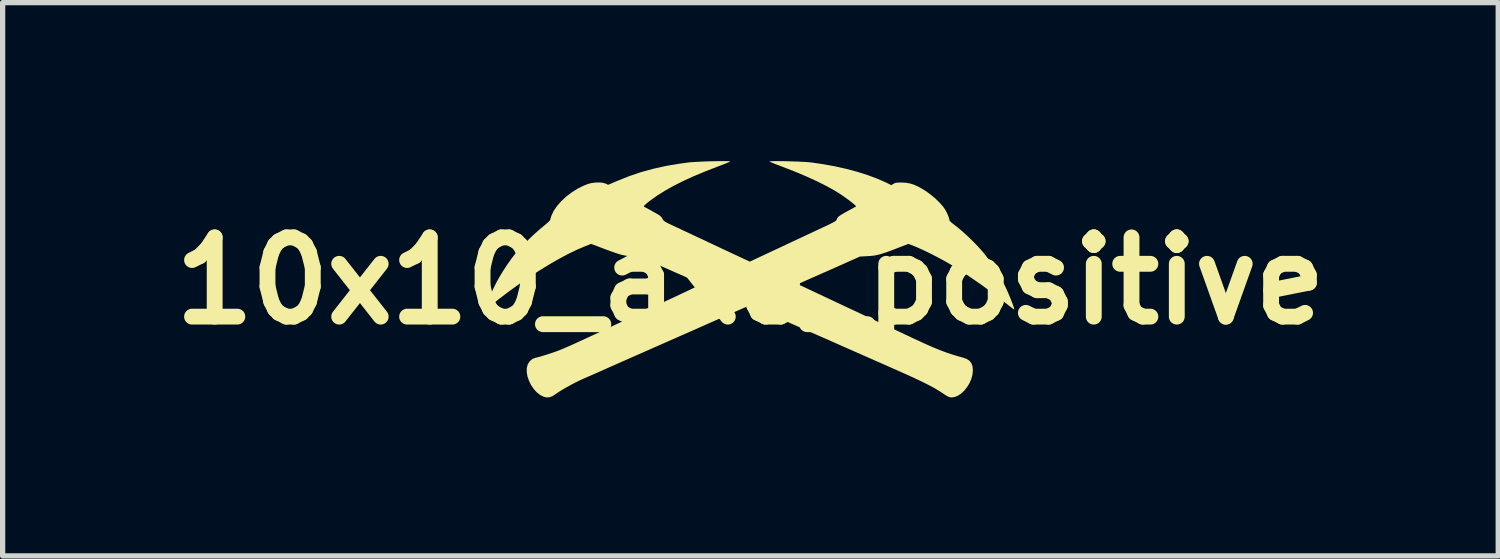
<source format=kicad_pcb>
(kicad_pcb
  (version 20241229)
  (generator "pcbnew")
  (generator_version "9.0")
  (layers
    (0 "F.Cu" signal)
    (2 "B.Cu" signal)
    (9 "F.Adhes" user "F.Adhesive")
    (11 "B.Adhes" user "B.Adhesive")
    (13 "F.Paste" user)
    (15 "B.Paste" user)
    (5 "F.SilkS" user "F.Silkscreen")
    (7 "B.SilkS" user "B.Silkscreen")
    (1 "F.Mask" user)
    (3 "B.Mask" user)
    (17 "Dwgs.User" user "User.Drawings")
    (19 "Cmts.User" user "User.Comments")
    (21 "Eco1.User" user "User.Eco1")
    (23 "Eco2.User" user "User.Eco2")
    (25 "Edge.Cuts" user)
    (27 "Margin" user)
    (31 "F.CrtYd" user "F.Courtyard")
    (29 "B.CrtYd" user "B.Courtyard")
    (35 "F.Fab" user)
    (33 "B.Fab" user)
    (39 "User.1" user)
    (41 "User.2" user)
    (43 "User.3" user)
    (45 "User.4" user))
  (footprint "10x10_axe_positive"
    (layer "F.Cu")
    (at 11.157 2.266)
    (property "Reference" "10x10_axe_positive" (at 0 0 0) (layer "F.SilkS") (effects (font (size 1.5 1.5) (thickness 0.3))))
    (attr board_only exclude_from_pos_files exclude_from_bom)
    (fp_poly (pts (xy 0.559 -2.266) (xy 0.634 -2.265) (xy 0.714 -2.263) (xy 0.796 -2.26) (xy 0.878 -2.258) (xy 0.957 -2.254) (xy 1.029 -2.25) (xy 1.092 -2.246) (xy 1.143 -2.241) (xy 1.156 -2.24) (xy 1.381 -2.207) (xy 1.605 -2.166) (xy 1.822 -2.117) (xy 2.031 -2.061) (xy 2.228 -1.998) (xy 2.409 -1.93) (xy 2.573 -1.858) (xy 2.602 -1.843) (xy 2.666 -1.811) (xy 2.708 -1.836) (xy 2.73 -1.848) (xy 2.753 -1.855) (xy 2.784 -1.859) (xy 2.827 -1.86) (xy 2.867 -1.86) (xy 2.947 -1.856) (xy 3.02 -1.843) (xy 3.094 -1.82) (xy 3.174 -1.784) (xy 3.222 -1.758) (xy 3.315 -1.702) (xy 3.407 -1.635) (xy 3.496 -1.562) (xy 3.576 -1.485) (xy 3.642 -1.41) (xy 3.678 -1.361) (xy 3.706 -1.313) (xy 3.731 -1.261) (xy 3.752 -1.21) (xy 3.764 -1.168) (xy 3.767 -1.147) (xy 3.776 -1.131) (xy 3.799 -1.108) (xy 3.833 -1.08) (xy 3.836 -1.078) (xy 3.923 -1.011) (xy 4.018 -0.93) (xy 4.117 -0.84) (xy 4.215 -0.745) (xy 4.307 -0.65) (xy 4.388 -0.559) (xy 4.429 -0.511) (xy 4.567 -0.327) (xy 4.689 -0.14) (xy 4.798 0.057) (xy 4.828 0.117) (xy 4.853 0.171) (xy 4.88 0.231) (xy 4.906 0.293) (xy 4.932 0.356) (xy 4.954 0.414) (xy 4.973 0.465) (xy 4.986 0.506) (xy 4.994 0.534) (xy 4.993 0.544) (xy 4.993 0.544) (xy 4.983 0.538) (xy 4.958 0.52) (xy 4.922 0.492) (xy 4.877 0.457) (xy 4.835 0.424) (xy 4.612 0.251) (xy 4.387 0.086) (xy 4.165 -0.068) (xy 3.95 -0.21) (xy 3.794 -0.306) (xy 3.717 -0.351) (xy 3.627 -0.401) (xy 3.531 -0.452) (xy 3.432 -0.503) (xy 3.335 -0.551) (xy 3.244 -0.594) (xy 3.164 -0.63) (xy 3.109 -0.653) (xy 2.991 -0.699) (xy 2.806 -0.628) (xy 2.7 -0.587) (xy 2.612 -0.554) (xy 2.537 -0.528) (xy 2.474 -0.508) (xy 2.419 -0.493) (xy 2.368 -0.482) (xy 2.319 -0.475) (xy 2.268 -0.47) (xy 2.222 -0.467) (xy 2.072 -0.459) (xy 1.806 -0.34) (xy 1.721 -0.302) (xy 1.622 -0.258) (xy 1.516 -0.211) (xy 1.407 -0.163) (xy 1.303 -0.117) (xy 1.222 -0.081) (xy 1.144 -0.047) (xy 1.073 -0.015) (xy 1.011 0.012) (xy 0.96 0.035) (xy 0.924 0.051) (xy 0.904 0.06) (xy 0.902 0.062) (xy 0.909 0.068) (xy 0.931 0.08) (xy 0.957 0.092) (xy 0.981 0.103) (xy 1.022 0.122) (xy 1.078 0.149) (xy 1.145 0.18) (xy 1.223 0.217) (xy 1.307 0.256) (xy 1.395 0.298) (xy 1.4 0.3) (xy 1.489 0.342) (xy 1.575 0.382) (xy 1.661 0.423) (xy 1.748 0.464) (xy 1.84 0.507) (xy 1.938 0.553) (xy 2.046 0.603) (xy 2.164 0.659) (xy 2.296 0.721) (xy 2.444 0.79) (xy 2.567 0.847) (xy 2.618 0.871) (xy 2.672 0.896) (xy 2.718 0.918) (xy 2.728 0.922) (xy 2.754 0.935) (xy 2.798 0.955) (xy 2.856 0.982) (xy 2.924 1.015) (xy 3 1.05) (xy 3.081 1.089) (xy 3.117 1.105) (xy 3.287 1.184) (xy 3.441 1.252) (xy 3.582 1.31) (xy 3.712 1.359) (xy 3.835 1.4) (xy 3.952 1.435) (xy 4.011 1.45) (xy 4.087 1.476) (xy 4.143 1.511) (xy 4.182 1.558) (xy 4.204 1.619) (xy 4.211 1.694) (xy 4.211 1.697) (xy 4.203 1.779) (xy 4.18 1.862) (xy 4.145 1.941) (xy 4.1 2.014) (xy 4.047 2.08) (xy 3.989 2.135) (xy 3.927 2.176) (xy 3.863 2.201) (xy 3.801 2.208) (xy 3.785 2.206) (xy 3.75 2.196) (xy 3.705 2.172) (xy 3.647 2.134) (xy 3.639 2.128) (xy 3.568 2.082) (xy 3.479 2.029) (xy 3.37 1.971) (xy 3.242 1.907) (xy 3.094 1.837) (xy 2.925 1.76) (xy 2.828 1.717) (xy 2.652 1.639) (xy 2.494 1.569) (xy 2.352 1.507) (xy 2.224 1.45) (xy 2.107 1.399) (xy 2.001 1.352) (xy 1.902 1.308) (xy 1.808 1.267) (xy 1.718 1.227) (xy 1.639 1.192) (xy 1.551 1.153) (xy 1.459 1.112) (xy 1.367 1.072) (xy 1.281 1.034) (xy 1.206 1.001) (xy 1.161 0.981) (xy 1.087 0.948) (xy 1.008 0.913) (xy 0.93 0.879) (xy 0.86 0.848) (xy 0.828 0.834) (xy 0.781 0.813) (xy 0.719 0.786) (xy 0.643 0.752) (xy 0.558 0.715) (xy 0.469 0.675) (xy 0.378 0.635) (xy 0.336 0.617) (xy -0.012 0.464) (xy -0.12 0.511) (xy -0.152 0.525) (xy -0.202 0.547) (xy -0.268 0.576) (xy -0.346 0.61) (xy -0.433 0.649) (xy -0.529 0.691) (xy -0.629 0.735) (xy -0.717 0.774) (xy -0.828 0.823) (xy -0.925 0.866) (xy -1.01 0.904) (xy -1.087 0.938) (xy -1.157 0.969) (xy -1.225 0.999) (xy -1.291 1.028) (xy -1.36 1.058) (xy -1.433 1.091) (xy -1.514 1.126) (xy -1.604 1.166) (xy -1.708 1.212) (xy -1.827 1.264) (xy -1.933 1.311) (xy -2.046 1.361) (xy -2.167 1.414) (xy -2.291 1.469) (xy -2.414 1.523) (xy -2.531 1.575) (xy -2.638 1.622) (xy -2.73 1.663) (xy -2.75 1.672) (xy -2.835 1.71) (xy -2.917 1.746) (xy -2.991 1.779) (xy -3.057 1.807) (xy -3.11 1.831) (xy -3.147 1.847) (xy -3.161 1.853) (xy -3.236 1.887) (xy -3.318 1.928) (xy -3.402 1.972) (xy -3.485 2.018) (xy -3.563 2.063) (xy -3.629 2.104) (xy -3.681 2.14) (xy -3.691 2.147) (xy -3.752 2.186) (xy -3.81 2.206) (xy -3.868 2.207) (xy -3.914 2.195) (xy -3.984 2.16) (xy -4.048 2.109) (xy -4.105 2.045) (xy -4.154 1.972) (xy -4.193 1.892) (xy -4.221 1.811) (xy -4.235 1.73) (xy -4.234 1.653) (xy -4.217 1.585) (xy -4.211 1.572) (xy -4.175 1.52) (xy -4.13 1.481) (xy -4.079 1.46) (xy -4.078 1.46) (xy -4.016 1.445) (xy -3.937 1.422) (xy -3.846 1.394) (xy -3.747 1.361) (xy -3.683 1.339) (xy -3.654 1.328) (xy -3.622 1.316) (xy -3.587 1.302) (xy -3.548 1.286) (xy -3.502 1.266) (xy -3.45 1.244) (xy -3.39 1.217) (xy -3.321 1.186) (xy -3.243 1.15) (xy -3.153 1.109) (xy -3.051 1.062) (xy -2.936 1.009) (xy -2.807 0.949) (xy -2.663 0.881) (xy -2.503 0.806) (xy -2.325 0.723) (xy -2.129 0.631) (xy -1.994 0.567) (xy -1.897 0.522) (xy -1.786 0.469) (xy -1.666 0.413) (xy -1.545 0.357) (xy -1.427 0.302) (xy -1.32 0.252) (xy -1.298 0.241) (xy -1.214 0.202) (xy -1.138 0.166) (xy -1.071 0.133) (xy -1.015 0.106) (xy -0.972 0.084) (xy -0.945 0.069) (xy -0.937 0.063) (xy -0.947 0.055) (xy -0.975 0.041) (xy -1.014 0.022) (xy -1.063 -0.001) (xy -1.072 -0.005) (xy -1.12 -0.026) (xy -1.184 -0.054) (xy -1.258 -0.087) (xy -1.339 -0.123) (xy -1.423 -0.159) (xy -1.483 -0.186) (xy -1.569 -0.224) (xy -1.66 -0.264) (xy -1.75 -0.304) (xy -1.834 -0.341) (xy -1.907 -0.373) (xy -1.943 -0.389) (xy -2.126 -0.469) (xy -2.236 -0.467) (xy -2.283 -0.468) (xy -2.328 -0.471) (xy -2.375 -0.478) (xy -2.427 -0.489) (xy -2.486 -0.505) (xy -2.555 -0.528) (xy -2.638 -0.557) (xy -2.737 -0.593) (xy -2.787 -0.612) (xy -3.016 -0.699) (xy -3.131 -0.654) (xy -3.283 -0.589) (xy -3.448 -0.51) (xy -3.623 -0.416) (xy -3.806 -0.311) (xy -3.995 -0.195) (xy -4.187 -0.07) (xy -4.38 0.063) (xy -4.572 0.201) (xy -4.761 0.345) (xy -4.911 0.466) (xy -4.994 0.534) (xy -4.998 0.501) (xy -4.995 0.473) (xy -4.983 0.429) (xy -4.962 0.37) (xy -4.935 0.301) (xy -4.902 0.225) (xy -4.865 0.143) (xy -4.824 0.061) (xy -4.822 0.056) (xy -4.762 -0.055) (xy -4.69 -0.175) (xy -4.612 -0.295) (xy -4.533 -0.407) (xy -4.471 -0.489) (xy -4.409 -0.562) (xy -4.335 -0.643) (xy -4.251 -0.73) (xy -4.164 -0.816) (xy -4.076 -0.898) (xy -3.993 -0.972) (xy -3.936 -1.019) (xy -3.878 -1.067) (xy -3.833 -1.106) (xy -3.803 -1.136) (xy -3.79 -1.154) (xy -3.789 -1.157) (xy -3.785 -1.178) (xy -3.775 -1.211) (xy -3.766 -1.237) (xy -3.723 -1.327) (xy -3.66 -1.418) (xy -3.581 -1.507) (xy -3.49 -1.593) (xy -3.387 -1.671) (xy -3.278 -1.741) (xy -3.165 -1.798) (xy -3.072 -1.835) (xy -3.007 -1.851) (xy -2.936 -1.86) (xy -2.865 -1.862) (xy -2.801 -1.857) (xy -2.749 -1.843) (xy -2.739 -1.839) (xy -2.694 -1.817) (xy -2.519 -1.892) (xy -2.297 -1.981) (xy -2.071 -2.057) (xy -1.839 -2.121) (xy -1.595 -2.175) (xy -1.337 -2.218) (xy -1.183 -2.239) (xy -1.138 -2.244) (xy -1.08 -2.248) (xy -1.011 -2.252) (xy -0.935 -2.256) (xy -0.854 -2.259) (xy -0.772 -2.262) (xy -0.69 -2.264) (xy -0.613 -2.265) (xy -0.542 -2.266) (xy -0.481 -2.266) (xy -0.432 -2.265) (xy -0.399 -2.263) (xy -0.384 -2.26) (xy -0.383 -2.258) (xy -0.397 -2.251) (xy -0.428 -2.238) (xy -0.473 -2.219) (xy -0.53 -2.197) (xy -0.595 -2.172) (xy -0.622 -2.162) (xy -0.861 -2.069) (xy -1.079 -1.978) (xy -1.276 -1.888) (xy -1.454 -1.798) (xy -1.613 -1.709) (xy -1.755 -1.62) (xy -1.756 -1.62) (xy -1.827 -1.57) (xy -1.89 -1.525) (xy -1.943 -1.484) (xy -1.983 -1.45) (xy -2.009 -1.425) (xy -2.019 -1.409) (xy -2.017 -1.404) (xy -2.004 -1.397) (xy -1.975 -1.382) (xy -1.933 -1.359) (xy -1.883 -1.332) (xy -1.85 -1.313) (xy -1.791 -1.28) (xy -1.747 -1.255) (xy -1.717 -1.235) (xy -1.696 -1.217) (xy -1.682 -1.2) (xy -1.67 -1.18) (xy -1.667 -1.176) (xy -1.658 -1.16) (xy -1.648 -1.146) (xy -1.635 -1.133) (xy -1.616 -1.119) (xy -1.588 -1.103) (xy -1.548 -1.083) (xy -1.495 -1.058) (xy -1.424 -1.024) (xy -1.406 -1.016) (xy -1.33 -0.981) (xy -1.253 -0.944) (xy -1.179 -0.91) (xy -1.113 -0.879) (xy -1.061 -0.854) (xy -1.05 -0.849) (xy -0.995 -0.823) (xy -0.926 -0.791) (xy -0.853 -0.757) (xy -0.782 -0.723) (xy -0.761 -0.714) (xy -0.692 -0.681) (xy -0.617 -0.646) (xy -0.545 -0.612) (xy -0.483 -0.583) (xy -0.467 -0.575) (xy -0.408 -0.548) (xy -0.338 -0.515) (xy -0.263 -0.48) (xy -0.192 -0.447) (xy -0.175 -0.439) (xy -0.012 -0.363) (xy 0.469 -0.588) (xy 0.582 -0.641) (xy 0.701 -0.697) (xy 0.823 -0.754) (xy 0.944 -0.811) (xy 1.06 -0.865) (xy 1.165 -0.914) (xy 1.256 -0.957) (xy 1.286 -0.971) (xy 1.378 -1.014) (xy 1.451 -1.048) (xy 1.509 -1.076) (xy 1.552 -1.098) (xy 1.584 -1.115) (xy 1.606 -1.129) (xy 1.62 -1.14) (xy 1.628 -1.15) (xy 1.633 -1.16) (xy 1.634 -1.162) (xy 1.642 -1.183) (xy 1.655 -1.202) (xy 1.675 -1.221) (xy 1.705 -1.242) (xy 1.747 -1.268) (xy 1.805 -1.301) (xy 1.844 -1.322) (xy 1.897 -1.351) (xy 1.942 -1.375) (xy 1.976 -1.394) (xy 1.996 -1.406) (xy 2 -1.408) (xy 1.997 -1.416) (xy 1.978 -1.435) (xy 1.944 -1.464) (xy 1.892 -1.505) (xy 1.846 -1.54) (xy 1.727 -1.625) (xy 1.59 -1.711) (xy 1.434 -1.797) (xy 1.26 -1.884) (xy 1.067 -1.972) (xy 0.853 -2.063) (xy 0.617 -2.155) (xy 0.528 -2.189) (xy 0.472 -2.21) (xy 0.424 -2.229) (xy 0.387 -2.245) (xy 0.365 -2.255) (xy 0.361 -2.258) (xy 0.368 -2.261) (xy 0.394 -2.264) (xy 0.436 -2.265) (xy 0.492 -2.266)) (stroke (width 0) (type solid)) (fill yes) (layer "F.SilkS")))
  (gr_rect
    (start -3 -3)
    (end 25.314 7.474)
    (stroke (width 0.1) (type default))
    (fill no)
    (layer "Edge.Cuts")))
</source>
